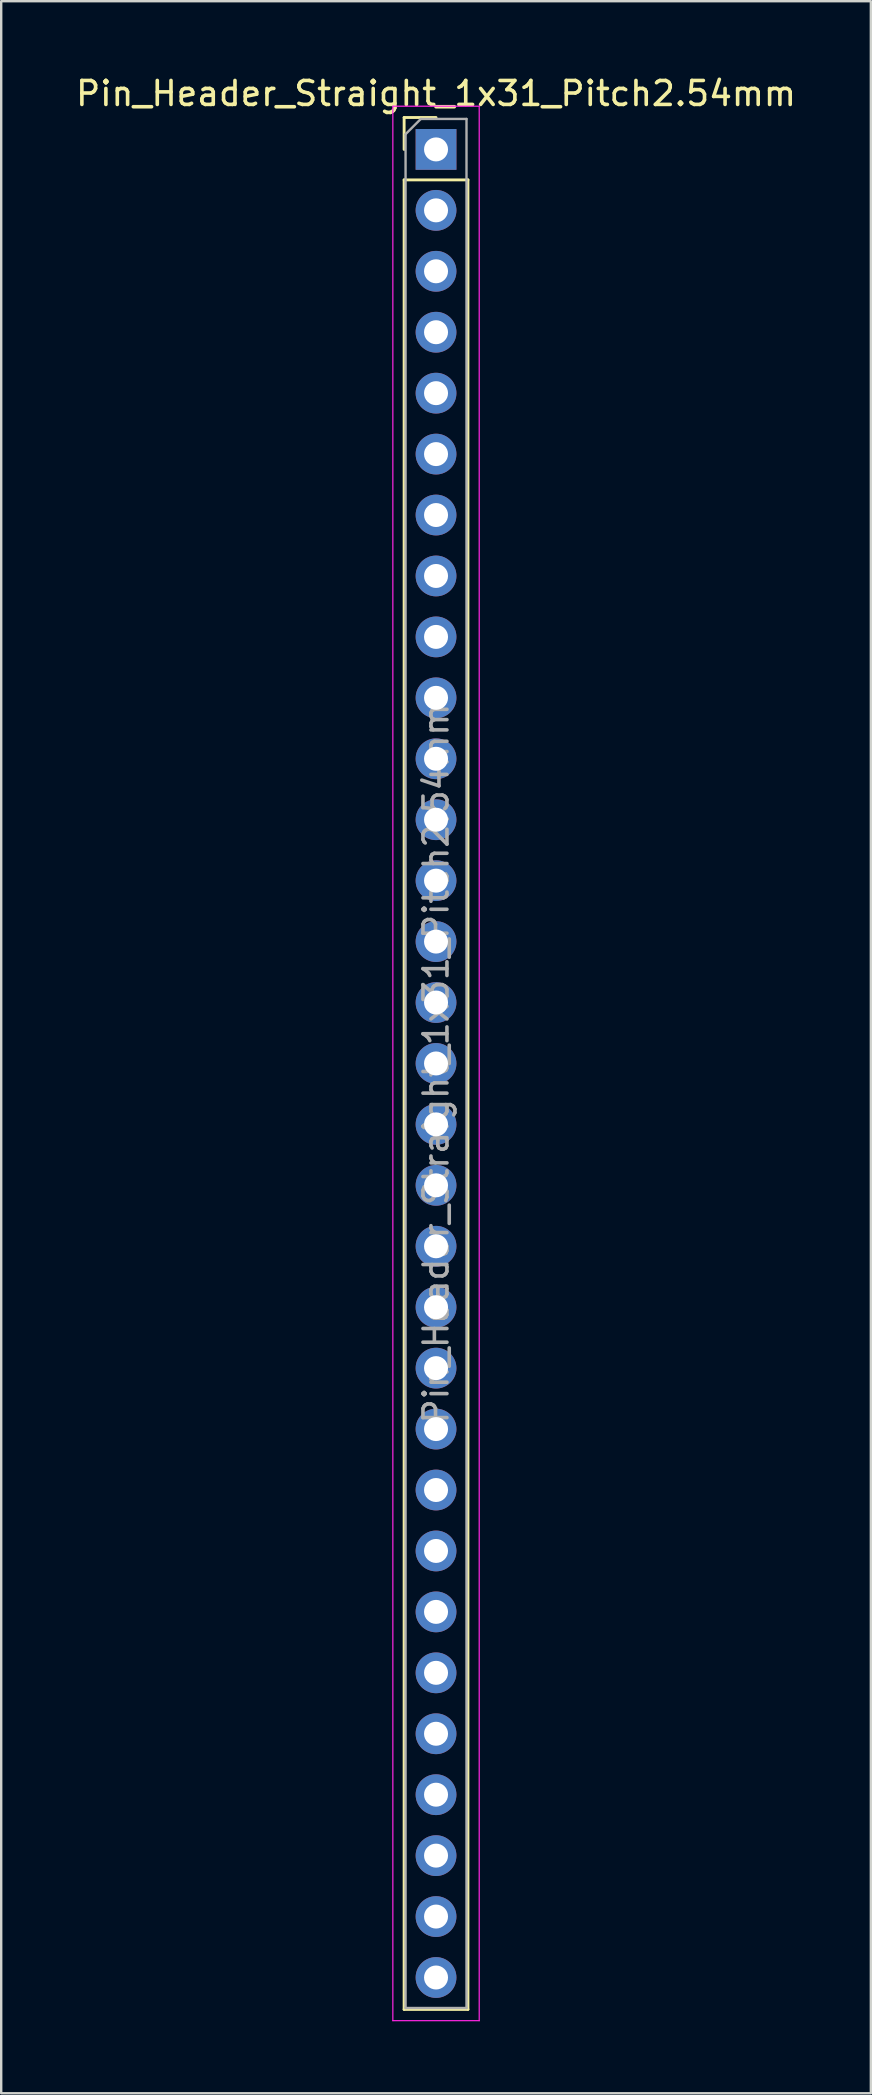
<source format=kicad_pcb>
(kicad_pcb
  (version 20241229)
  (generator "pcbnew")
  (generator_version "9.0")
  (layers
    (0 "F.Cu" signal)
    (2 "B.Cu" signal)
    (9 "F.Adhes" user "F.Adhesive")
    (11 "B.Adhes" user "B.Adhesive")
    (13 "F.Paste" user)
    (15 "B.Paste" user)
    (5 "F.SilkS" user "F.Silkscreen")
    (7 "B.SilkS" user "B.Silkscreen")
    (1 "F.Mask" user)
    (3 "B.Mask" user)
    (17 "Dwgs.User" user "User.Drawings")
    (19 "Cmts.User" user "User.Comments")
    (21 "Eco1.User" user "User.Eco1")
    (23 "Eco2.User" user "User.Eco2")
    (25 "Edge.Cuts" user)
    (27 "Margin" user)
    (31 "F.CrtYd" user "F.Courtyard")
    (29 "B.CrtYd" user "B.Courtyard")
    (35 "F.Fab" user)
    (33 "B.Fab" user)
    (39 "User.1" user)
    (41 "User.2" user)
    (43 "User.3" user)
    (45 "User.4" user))
  (footprint "Pin_Header_Straight_1x31_Pitch2.54mm"
    (layer "F.Cu")
    (at 15.125 3.178)
    (property "Reference" "Pin_Header_Straight_1x31_Pitch2.54mm" (at 0 -2.33 0) (layer "F.SilkS") (effects (font (size 1 1) (thickness 0.15))))
    (attr through_hole)
    (fp_line (start -1.33 -1.33) (end 0 -1.33) (stroke (width 0.12) (type solid)) (layer "F.SilkS"))
    (fp_line (start -1.33 0) (end -1.33 -1.33) (stroke (width 0.12) (type solid)) (layer "F.SilkS"))
    (fp_line (start -1.33 1.27) (end -1.33 77.53) (stroke (width 0.12) (type solid)) (layer "F.SilkS"))
    (fp_line (start -1.33 1.27) (end 1.33 1.27) (stroke (width 0.12) (type solid)) (layer "F.SilkS"))
    (fp_line (start -1.33 77.53) (end 1.33 77.53) (stroke (width 0.12) (type solid)) (layer "F.SilkS"))
    (fp_line (start 1.33 1.27) (end 1.33 77.53) (stroke (width 0.12) (type solid)) (layer "F.SilkS"))
    (fp_line (start -1.8 -1.8) (end -1.8 78) (stroke (width 0.05) (type solid)) (layer "F.CrtYd"))
    (fp_line (start -1.8 78) (end 1.8 78) (stroke (width 0.05) (type solid)) (layer "F.CrtYd"))
    (fp_line (start 1.8 -1.8) (end -1.8 -1.8) (stroke (width 0.05) (type solid)) (layer "F.CrtYd"))
    (fp_line (start 1.8 78) (end 1.8 -1.8) (stroke (width 0.05) (type solid)) (layer "F.CrtYd"))
    (fp_line (start -1.27 -0.635) (end -0.635 -1.27) (stroke (width 0.1) (type solid)) (layer "F.Fab"))
    (fp_line (start -1.27 77.47) (end -1.27 -0.635) (stroke (width 0.1) (type solid)) (layer "F.Fab"))
    (fp_line (start -0.635 -1.27) (end 1.27 -1.27) (stroke (width 0.1) (type solid)) (layer "F.Fab"))
    (fp_line (start 1.27 -1.27) (end 1.27 77.47) (stroke (width 0.1) (type solid)) (layer "F.Fab"))
    (fp_line (start 1.27 77.47) (end -1.27 77.47) (stroke (width 0.1) (type solid)) (layer "F.Fab"))
    (fp_text user "${REFERENCE}" (at 0 38.1 90) (layer "F.Fab") (effects (font (size 1 1) (thickness 0.15))))
    (pad "1" thru_hole rect (at 0 0) (size 1.7 1.7) (drill 1) (layers "*.Cu" "*.Mask"))
    (pad "2" thru_hole oval (at 0 2.54) (size 1.7 1.7) (drill 1) (layers "*.Cu" "*.Mask"))
    (pad "3" thru_hole oval (at 0 5.08) (size 1.7 1.7) (drill 1) (layers "*.Cu" "*.Mask"))
    (pad "4" thru_hole oval (at 0 7.62) (size 1.7 1.7) (drill 1) (layers "*.Cu" "*.Mask"))
    (pad "5" thru_hole oval (at 0 10.16) (size 1.7 1.7) (drill 1) (layers "*.Cu" "*.Mask"))
    (pad "6" thru_hole oval (at 0 12.7) (size 1.7 1.7) (drill 1) (layers "*.Cu" "*.Mask"))
    (pad "7" thru_hole oval (at 0 15.24) (size 1.7 1.7) (drill 1) (layers "*.Cu" "*.Mask"))
    (pad "8" thru_hole oval (at 0 17.78) (size 1.7 1.7) (drill 1) (layers "*.Cu" "*.Mask"))
    (pad "9" thru_hole oval (at 0 20.32) (size 1.7 1.7) (drill 1) (layers "*.Cu" "*.Mask"))
    (pad "10" thru_hole oval (at 0 22.86) (size 1.7 1.7) (drill 1) (layers "*.Cu" "*.Mask"))
    (pad "11" thru_hole oval (at 0 25.4) (size 1.7 1.7) (drill 1) (layers "*.Cu" "*.Mask"))
    (pad "12" thru_hole oval (at 0 27.94) (size 1.7 1.7) (drill 1) (layers "*.Cu" "*.Mask"))
    (pad "13" thru_hole oval (at 0 30.48) (size 1.7 1.7) (drill 1) (layers "*.Cu" "*.Mask"))
    (pad "14" thru_hole oval (at 0 33.02) (size 1.7 1.7) (drill 1) (layers "*.Cu" "*.Mask"))
    (pad "15" thru_hole oval (at 0 35.56) (size 1.7 1.7) (drill 1) (layers "*.Cu" "*.Mask"))
    (pad "16" thru_hole oval (at 0 38.1) (size 1.7 1.7) (drill 1) (layers "*.Cu" "*.Mask"))
    (pad "17" thru_hole oval (at 0 40.64) (size 1.7 1.7) (drill 1) (layers "*.Cu" "*.Mask"))
    (pad "18" thru_hole oval (at 0 43.18) (size 1.7 1.7) (drill 1) (layers "*.Cu" "*.Mask"))
    (pad "19" thru_hole oval (at 0 45.72) (size 1.7 1.7) (drill 1) (layers "*.Cu" "*.Mask"))
    (pad "20" thru_hole oval (at 0 48.26) (size 1.7 1.7) (drill 1) (layers "*.Cu" "*.Mask"))
    (pad "21" thru_hole oval (at 0 50.8) (size 1.7 1.7) (drill 1) (layers "*.Cu" "*.Mask"))
    (pad "22" thru_hole oval (at 0 53.34) (size 1.7 1.7) (drill 1) (layers "*.Cu" "*.Mask"))
    (pad "23" thru_hole oval (at 0 55.88) (size 1.7 1.7) (drill 1) (layers "*.Cu" "*.Mask"))
    (pad "24" thru_hole oval (at 0 58.42) (size 1.7 1.7) (drill 1) (layers "*.Cu" "*.Mask"))
    (pad "25" thru_hole oval (at 0 60.96) (size 1.7 1.7) (drill 1) (layers "*.Cu" "*.Mask"))
    (pad "26" thru_hole oval (at 0 63.5) (size 1.7 1.7) (drill 1) (layers "*.Cu" "*.Mask"))
    (pad "27" thru_hole oval (at 0 66.04) (size 1.7 1.7) (drill 1) (layers "*.Cu" "*.Mask"))
    (pad "28" thru_hole oval (at 0 68.58) (size 1.7 1.7) (drill 1) (layers "*.Cu" "*.Mask"))
    (pad "29" thru_hole oval (at 0 71.12) (size 1.7 1.7) (drill 1) (layers "*.Cu" "*.Mask"))
    (pad "30" thru_hole oval (at 0 73.66) (size 1.7 1.7) (drill 1) (layers "*.Cu" "*.Mask"))
    (pad "31" thru_hole oval (at 0 76.2) (size 1.7 1.7) (drill 1) (layers "*.Cu" "*.Mask")))
  (gr_rect
    (start -3 -3)
    (end 33.25 84.203)
    (stroke (width 0.1) (type default))
    (fill no)
    (layer "Edge.Cuts")))
</source>
